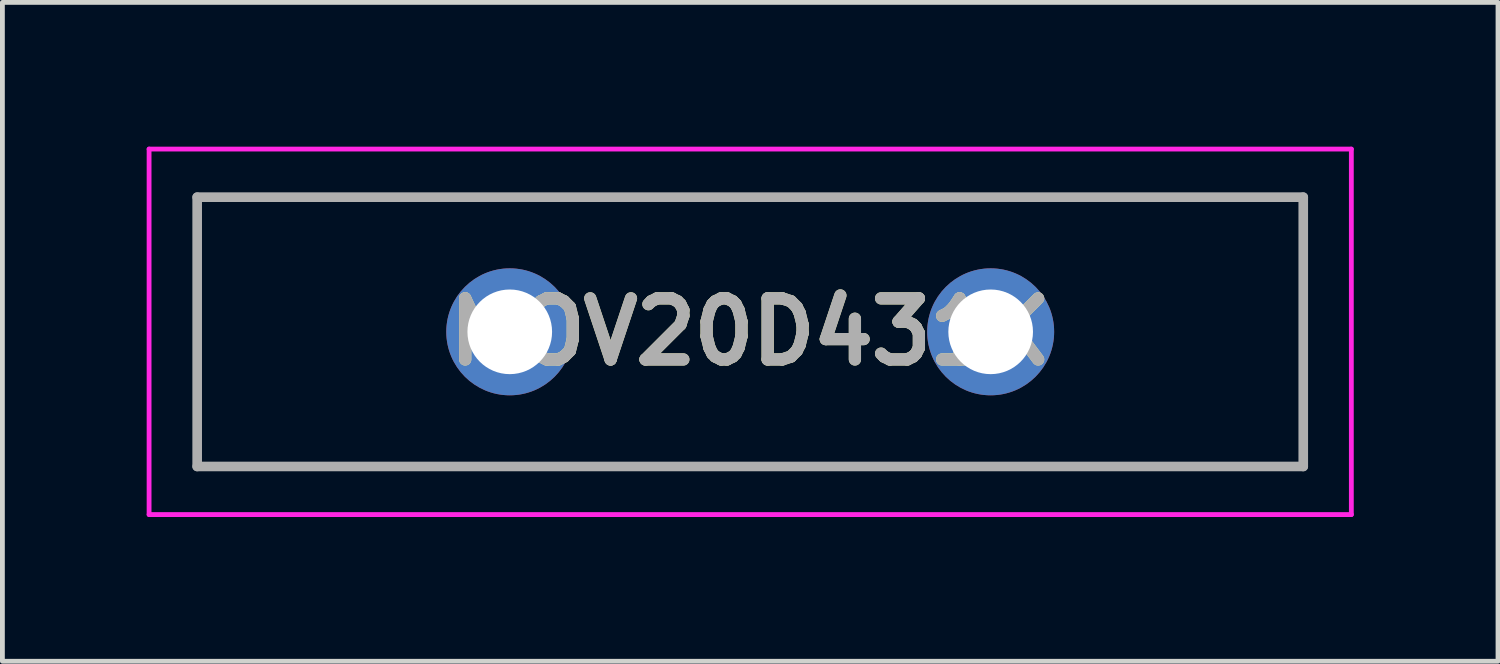
<source format=kicad_pcb>
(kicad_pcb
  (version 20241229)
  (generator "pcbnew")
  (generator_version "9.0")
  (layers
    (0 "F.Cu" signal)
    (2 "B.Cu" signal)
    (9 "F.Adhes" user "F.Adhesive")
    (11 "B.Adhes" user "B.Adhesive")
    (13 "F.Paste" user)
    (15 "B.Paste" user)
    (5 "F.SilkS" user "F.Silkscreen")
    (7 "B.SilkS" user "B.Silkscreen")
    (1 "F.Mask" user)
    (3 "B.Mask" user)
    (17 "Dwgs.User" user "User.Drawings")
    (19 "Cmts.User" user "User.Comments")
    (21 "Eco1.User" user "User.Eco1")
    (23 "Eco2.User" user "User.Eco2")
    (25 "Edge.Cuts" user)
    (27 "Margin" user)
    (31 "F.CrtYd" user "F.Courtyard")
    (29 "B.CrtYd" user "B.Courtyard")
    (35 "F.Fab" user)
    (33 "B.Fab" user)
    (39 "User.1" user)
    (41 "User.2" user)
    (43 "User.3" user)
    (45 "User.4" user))
  (footprint "MOV20D431K"
    (layer "F.Cu")
    (at 12.55 3.85)
    (property "Reference" "MOV20D431K" (at 0 0 0) (layer "F.SilkS") (effects (font (size 1.27 1.27) (thickness 0.254))))
    (attr through_hole)
    (fp_line (start -11.5 -2.8) (end 11.5 -2.8) (stroke (width 0.1) (type solid)) (layer "F.SilkS"))
    (fp_line (start -11.5 2.8) (end -11.5 -2.8) (stroke (width 0.1) (type solid)) (layer "F.SilkS"))
    (fp_line (start 11.5 -2.8) (end 11.5 2.8) (stroke (width 0.1) (type solid)) (layer "F.SilkS"))
    (fp_line (start 11.5 2.8) (end -11.5 2.8) (stroke (width 0.1) (type solid)) (layer "F.SilkS"))
    (fp_line (start -12.5 -3.8) (end 12.5 -3.8) (stroke (width 0.1) (type solid)) (layer "F.CrtYd"))
    (fp_line (start -12.5 3.8) (end -12.5 -3.8) (stroke (width 0.1) (type solid)) (layer "F.CrtYd"))
    (fp_line (start 12.5 -3.8) (end 12.5 3.8) (stroke (width 0.1) (type solid)) (layer "F.CrtYd"))
    (fp_line (start 12.5 3.8) (end -12.5 3.8) (stroke (width 0.1) (type solid)) (layer "F.CrtYd"))
    (fp_line (start -11.5 -2.8) (end 11.5 -2.8) (stroke (width 0.2) (type solid)) (layer "F.Fab"))
    (fp_line (start -11.5 2.8) (end -11.5 -2.8) (stroke (width 0.2) (type solid)) (layer "F.Fab"))
    (fp_line (start 11.5 -2.8) (end 11.5 2.8) (stroke (width 0.2) (type solid)) (layer "F.Fab"))
    (fp_line (start 11.5 2.8) (end -11.5 2.8) (stroke (width 0.2) (type solid)) (layer "F.Fab"))
    (fp_text user "${REFERENCE}" (at 0 0 0) (layer "F.Fab") (effects (font (size 1.27 1.27) (thickness 0.254))))
    (pad "1" thru_hole circle (at -5 0) (size 2.64 2.64) (drill 1.76) (layers "*.Cu" "*.Mask"))
    (pad "2" thru_hole circle (at 5 0) (size 2.64 2.64) (drill 1.76) (layers "*.Cu" "*.Mask")))
  (gr_rect
    (start -3 -3)
    (end 28.1 10.7)
    (stroke (width 0.1) (type default))
    (fill no)
    (layer "Edge.Cuts")))
</source>
